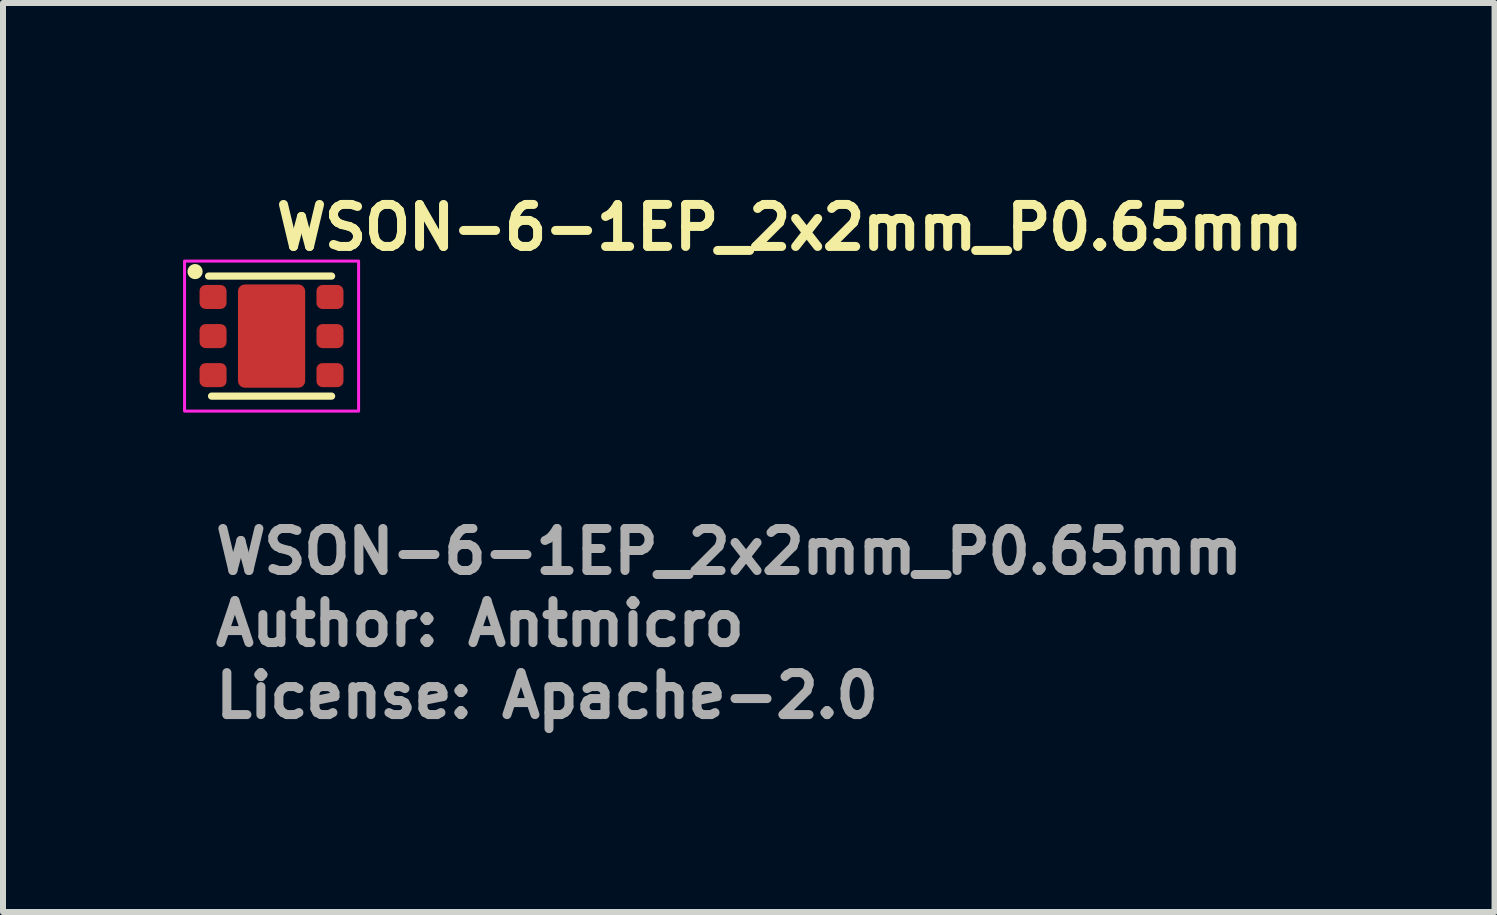
<source format=kicad_pcb>
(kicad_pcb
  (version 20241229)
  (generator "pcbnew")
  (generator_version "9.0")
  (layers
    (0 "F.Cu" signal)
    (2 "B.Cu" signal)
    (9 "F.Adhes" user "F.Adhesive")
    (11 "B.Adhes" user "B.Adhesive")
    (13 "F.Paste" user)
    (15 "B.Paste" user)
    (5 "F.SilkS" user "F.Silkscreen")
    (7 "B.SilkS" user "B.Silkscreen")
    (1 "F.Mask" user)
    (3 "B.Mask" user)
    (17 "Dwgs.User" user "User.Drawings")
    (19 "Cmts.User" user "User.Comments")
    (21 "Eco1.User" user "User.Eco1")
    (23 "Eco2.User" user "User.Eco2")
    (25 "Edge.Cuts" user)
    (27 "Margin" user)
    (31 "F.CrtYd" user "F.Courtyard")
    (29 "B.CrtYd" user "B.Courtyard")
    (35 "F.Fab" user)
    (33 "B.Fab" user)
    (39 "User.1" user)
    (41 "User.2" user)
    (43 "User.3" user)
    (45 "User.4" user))
  (footprint "WSON-6-1EP_2x2mm_P0.65mm"
    (layer "F.Cu")
    (at 1.475 2.55)
    (property "Reference" "WSON-6-1EP_2x2mm_P0.65mm" (at 0 -1.4 0) (layer "F.SilkS") (effects (font (size 0.7 0.7) (thickness 0.15)) (justify left bottom)))
    (attr smd)
    (fp_line (start -1 1) (end 1 1) (stroke (width 0.12) (type solid)) (layer "F.SilkS"))
    (fp_line (start 1 -1) (end -1.05 -1) (stroke (width 0.12) (type solid)) (layer "F.SilkS"))
    (fp_circle (center -1.275 -1.075) (end -1.224 -1.075) (stroke (width 0.15) (type solid)) (fill yes) (layer "F.SilkS"))
    (fp_rect (start -1.45 -1.25) (end 1.45 1.25) (stroke (width 0.05) (type solid)) (fill no) (layer "F.CrtYd"))
    (fp_rect (start -1.01 -1) (end 1.009 0.998) (stroke (width 0.1) (type solid)) (fill no) (layer "User.5"))
    (fp_line (start -1.009 -0.8) (end -1.009 -0.498) (stroke (width 0.02) (type solid)) (layer "User.9"))
    (fp_line (start -1.009 -0.498) (end -0.998 -0.498) (stroke (width 0.02) (type solid)) (layer "User.9"))
    (fp_line (start -1.009 -0.148) (end -1.009 0.15) (stroke (width 0.02) (type solid)) (layer "User.9"))
    (fp_line (start -1.009 0.15) (end -0.998 0.15) (stroke (width 0.02) (type solid)) (layer "User.9"))
    (fp_line (start -1.009 0.5) (end -1.009 0.802) (stroke (width 0.02) (type solid)) (layer "User.9"))
    (fp_line (start -1.009 0.802) (end -0.998 0.802) (stroke (width 0.02) (type solid)) (layer "User.9"))
    (fp_line (start -0.998 -0.998) (end -0.998 1) (stroke (width 0.02) (type solid)) (layer "User.9"))
    (fp_line (start -0.998 -0.8) (end -1.009 -0.8) (stroke (width 0.02) (type solid)) (layer "User.9"))
    (fp_line (start -0.998 -0.148) (end -1.009 -0.148) (stroke (width 0.02) (type solid)) (layer "User.9"))
    (fp_line (start -0.998 0.5) (end -1.009 0.5) (stroke (width 0.02) (type solid)) (layer "User.9"))
    (fp_line (start -0.998 1) (end 1 1) (stroke (width 0.02) (type solid)) (layer "User.9"))
    (fp_line (start -0.775 -0.65) (end -0.774 -0.658) (stroke (width 0.02) (type solid)) (layer "User.9"))
    (fp_line (start -0.774 -0.658) (end -0.773 -0.666) (stroke (width 0.02) (type solid)) (layer "User.9"))
    (fp_line (start -0.774 -0.641) (end -0.775 -0.65) (stroke (width 0.02) (type solid)) (layer "User.9"))
    (fp_line (start -0.773 -0.666) (end -0.772 -0.674) (stroke (width 0.02) (type solid)) (layer "User.9"))
    (fp_line (start -0.773 -0.632) (end -0.774 -0.641) (stroke (width 0.02) (type solid)) (layer "User.9"))
    (fp_line (start -0.772 -0.674) (end -0.77 -0.682) (stroke (width 0.02) (type solid)) (layer "User.9"))
    (fp_line (start -0.772 -0.624) (end -0.773 -0.632) (stroke (width 0.02) (type solid)) (layer "User.9"))
    (fp_line (start -0.77 -0.682) (end -0.768 -0.689) (stroke (width 0.02) (type solid)) (layer "User.9"))
    (fp_line (start -0.77 -0.616) (end -0.772 -0.624) (stroke (width 0.02) (type solid)) (layer "User.9"))
    (fp_line (start -0.768 -0.689) (end -0.764 -0.697) (stroke (width 0.02) (type solid)) (layer "User.9"))
    (fp_line (start -0.768 -0.609) (end -0.77 -0.616) (stroke (width 0.02) (type solid)) (layer "User.9"))
    (fp_line (start -0.764 -0.697) (end -0.761 -0.704) (stroke (width 0.02) (type solid)) (layer "User.9"))
    (fp_line (start -0.764 -0.601) (end -0.768 -0.609) (stroke (width 0.02) (type solid)) (layer "User.9"))
    (fp_line (start -0.761 -0.704) (end -0.757 -0.711) (stroke (width 0.02) (type solid)) (layer "User.9"))
    (fp_line (start -0.761 -0.593) (end -0.764 -0.601) (stroke (width 0.02) (type solid)) (layer "User.9"))
    (fp_line (start -0.757 -0.711) (end -0.757 -0.711) (stroke (width 0.02) (type solid)) (layer "User.9"))
    (fp_line (start -0.757 -0.711) (end -0.755 -0.715) (stroke (width 0.02) (type solid)) (layer "User.9"))
    (fp_line (start -0.757 -0.586) (end -0.761 -0.593) (stroke (width 0.02) (type solid)) (layer "User.9"))
    (fp_line (start -0.757 -0.586) (end -0.757 -0.586) (stroke (width 0.02) (type solid)) (layer "User.9"))
    (fp_line (start -0.755 -0.715) (end -0.752 -0.718) (stroke (width 0.02) (type solid)) (layer "User.9"))
    (fp_line (start -0.752 -0.718) (end -0.75 -0.721) (stroke (width 0.02) (type solid)) (layer "User.9"))
    (fp_line (start -0.752 -0.579) (end -0.757 -0.586) (stroke (width 0.02) (type solid)) (layer "User.9"))
    (fp_line (start -0.75 -0.721) (end -0.748 -0.725) (stroke (width 0.02) (type solid)) (layer "User.9"))
    (fp_line (start -0.748 -0.725) (end -0.745 -0.728) (stroke (width 0.02) (type solid)) (layer "User.9"))
    (fp_line (start -0.748 -0.573) (end -0.752 -0.579) (stroke (width 0.02) (type solid)) (layer "User.9"))
    (fp_line (start -0.745 -0.728) (end -0.742 -0.731) (stroke (width 0.02) (type solid)) (layer "User.9"))
    (fp_line (start -0.742 -0.731) (end -0.74 -0.734) (stroke (width 0.02) (type solid)) (layer "User.9"))
    (fp_line (start -0.742 -0.567) (end -0.748 -0.573) (stroke (width 0.02) (type solid)) (layer "User.9"))
    (fp_line (start -0.74 -0.734) (end -0.737 -0.737) (stroke (width 0.02) (type solid)) (layer "User.9"))
    (fp_line (start -0.737 -0.737) (end -0.734 -0.74) (stroke (width 0.02) (type solid)) (layer "User.9"))
    (fp_line (start -0.737 -0.561) (end -0.742 -0.567) (stroke (width 0.02) (type solid)) (layer "User.9"))
    (fp_line (start -0.734 -0.74) (end -0.731 -0.743) (stroke (width 0.02) (type solid)) (layer "User.9"))
    (fp_line (start -0.731 -0.743) (end -0.728 -0.745) (stroke (width 0.02) (type solid)) (layer "User.9"))
    (fp_line (start -0.731 -0.555) (end -0.737 -0.561) (stroke (width 0.02) (type solid)) (layer "User.9"))
    (fp_line (start -0.728 -0.745) (end -0.724 -0.748) (stroke (width 0.02) (type solid)) (layer "User.9"))
    (fp_line (start -0.724 -0.748) (end -0.721 -0.75) (stroke (width 0.02) (type solid)) (layer "User.9"))
    (fp_line (start -0.724 -0.55) (end -0.731 -0.555) (stroke (width 0.02) (type solid)) (layer "User.9"))
    (fp_line (start -0.721 -0.75) (end -0.718 -0.752) (stroke (width 0.02) (type solid)) (layer "User.9"))
    (fp_line (start -0.718 -0.752) (end -0.714 -0.755) (stroke (width 0.02) (type solid)) (layer "User.9"))
    (fp_line (start -0.718 -0.546) (end -0.724 -0.55) (stroke (width 0.02) (type solid)) (layer "User.9"))
    (fp_line (start -0.714 -0.755) (end -0.711 -0.757) (stroke (width 0.02) (type solid)) (layer "User.9"))
    (fp_line (start -0.711 -0.757) (end -0.707 -0.759) (stroke (width 0.02) (type solid)) (layer "User.9"))
    (fp_line (start -0.711 -0.541) (end -0.718 -0.546) (stroke (width 0.02) (type solid)) (layer "User.9"))
    (fp_line (start -0.707 -0.759) (end -0.704 -0.761) (stroke (width 0.02) (type solid)) (layer "User.9"))
    (fp_line (start -0.704 -0.761) (end -0.701 -0.762) (stroke (width 0.02) (type solid)) (layer "User.9"))
    (fp_line (start -0.704 -0.537) (end -0.711 -0.541) (stroke (width 0.02) (type solid)) (layer "User.9"))
    (fp_line (start -0.701 -0.762) (end -0.697 -0.764) (stroke (width 0.02) (type solid)) (layer "User.9"))
    (fp_line (start -0.697 -0.764) (end -0.694 -0.765) (stroke (width 0.02) (type solid)) (layer "User.9"))
    (fp_line (start -0.697 -0.534) (end -0.704 -0.537) (stroke (width 0.02) (type solid)) (layer "User.9"))
    (fp_line (start -0.694 -0.765) (end -0.69 -0.768) (stroke (width 0.02) (type solid)) (layer "User.9"))
    (fp_line (start -0.69 -0.768) (end -0.686 -0.769) (stroke (width 0.02) (type solid)) (layer "User.9"))
    (fp_line (start -0.69 -0.531) (end -0.697 -0.534) (stroke (width 0.02) (type solid)) (layer "User.9"))
    (fp_line (start -0.686 -0.769) (end -0.682 -0.77) (stroke (width 0.02) (type solid)) (layer "User.9"))
    (fp_line (start -0.682 -0.77) (end -0.678 -0.771) (stroke (width 0.02) (type solid)) (layer "User.9"))
    (fp_line (start -0.682 -0.529) (end -0.69 -0.531) (stroke (width 0.02) (type solid)) (layer "User.9"))
    (fp_line (start -0.678 -0.771) (end -0.674 -0.772) (stroke (width 0.02) (type solid)) (layer "User.9"))
    (fp_line (start -0.674 -0.772) (end -0.67 -0.773) (stroke (width 0.02) (type solid)) (layer "User.9"))
    (fp_line (start -0.674 -0.527) (end -0.682 -0.529) (stroke (width 0.02) (type solid)) (layer "User.9"))
    (fp_line (start -0.67 -0.773) (end -0.666 -0.773) (stroke (width 0.02) (type solid)) (layer "User.9"))
    (fp_line (start -0.666 -0.773) (end -0.662 -0.774) (stroke (width 0.02) (type solid)) (layer "User.9"))
    (fp_line (start -0.666 -0.526) (end -0.674 -0.527) (stroke (width 0.02) (type solid)) (layer "User.9"))
    (fp_line (start -0.662 -0.774) (end -0.658 -0.774) (stroke (width 0.02) (type solid)) (layer "User.9"))
    (fp_line (start -0.658 -0.774) (end -0.654 -0.774) (stroke (width 0.02) (type solid)) (layer "User.9"))
    (fp_line (start -0.658 -0.525) (end -0.666 -0.526) (stroke (width 0.02) (type solid)) (layer "User.9"))
    (fp_line (start -0.654 -0.774) (end -0.65 -0.775) (stroke (width 0.02) (type solid)) (layer "User.9"))
    (fp_line (start -0.65 -0.775) (end -0.641 -0.774) (stroke (width 0.02) (type solid)) (layer "User.9"))
    (fp_line (start -0.65 -0.525) (end -0.658 -0.525) (stroke (width 0.02) (type solid)) (layer "User.9"))
    (fp_line (start -0.645 -0.525) (end -0.65 -0.525) (stroke (width 0.02) (type solid)) (layer "User.9"))
    (fp_line (start -0.641 -0.774) (end -0.632 -0.773) (stroke (width 0.02) (type solid)) (layer "User.9"))
    (fp_line (start -0.641 -0.525) (end -0.645 -0.525) (stroke (width 0.02) (type solid)) (layer "User.9"))
    (fp_line (start -0.636 -0.525) (end -0.641 -0.525) (stroke (width 0.02) (type solid)) (layer "User.9"))
    (fp_line (start -0.632 -0.773) (end -0.624 -0.772) (stroke (width 0.02) (type solid)) (layer "User.9"))
    (fp_line (start -0.632 -0.526) (end -0.636 -0.525) (stroke (width 0.02) (type solid)) (layer "User.9"))
    (fp_line (start -0.628 -0.526) (end -0.632 -0.526) (stroke (width 0.02) (type solid)) (layer "User.9"))
    (fp_line (start -0.624 -0.772) (end -0.616 -0.77) (stroke (width 0.02) (type solid)) (layer "User.9"))
    (fp_line (start -0.624 -0.527) (end -0.628 -0.526) (stroke (width 0.02) (type solid)) (layer "User.9"))
    (fp_line (start -0.62 -0.528) (end -0.624 -0.527) (stroke (width 0.02) (type solid)) (layer "User.9"))
    (fp_line (start -0.616 -0.77) (end -0.608 -0.768) (stroke (width 0.02) (type solid)) (layer "User.9"))
    (fp_line (start -0.616 -0.529) (end -0.62 -0.528) (stroke (width 0.02) (type solid)) (layer "User.9"))
    (fp_line (start -0.612 -0.53) (end -0.616 -0.529) (stroke (width 0.02) (type solid)) (layer "User.9"))
    (fp_line (start -0.608 -0.768) (end -0.601 -0.764) (stroke (width 0.02) (type solid)) (layer "User.9"))
    (fp_line (start -0.608 -0.531) (end -0.612 -0.53) (stroke (width 0.02) (type solid)) (layer "User.9"))
    (fp_line (start -0.604 -0.533) (end -0.608 -0.531) (stroke (width 0.02) (type solid)) (layer "User.9"))
    (fp_line (start -0.601 -0.764) (end -0.593 -0.761) (stroke (width 0.02) (type solid)) (layer "User.9"))
    (fp_line (start -0.601 -0.534) (end -0.604 -0.533) (stroke (width 0.02) (type solid)) (layer "User.9"))
    (fp_line (start -0.597 -0.536) (end -0.601 -0.534) (stroke (width 0.02) (type solid)) (layer "User.9"))
    (fp_line (start -0.593 -0.761) (end -0.586 -0.757) (stroke (width 0.02) (type solid)) (layer "User.9"))
    (fp_line (start -0.593 -0.537) (end -0.597 -0.536) (stroke (width 0.02) (type solid)) (layer "User.9"))
    (fp_line (start -0.59 -0.539) (end -0.593 -0.537) (stroke (width 0.02) (type solid)) (layer "User.9"))
    (fp_line (start -0.586 -0.757) (end -0.579 -0.752) (stroke (width 0.02) (type solid)) (layer "User.9"))
    (fp_line (start -0.586 -0.541) (end -0.59 -0.539) (stroke (width 0.02) (type solid)) (layer "User.9"))
    (fp_line (start -0.583 -0.543) (end -0.586 -0.541) (stroke (width 0.02) (type solid)) (layer "User.9"))
    (fp_line (start -0.579 -0.752) (end -0.574 -0.748) (stroke (width 0.02) (type solid)) (layer "User.9"))
    (fp_line (start -0.579 -0.546) (end -0.583 -0.543) (stroke (width 0.02) (type solid)) (layer "User.9"))
    (fp_line (start -0.576 -0.548) (end -0.579 -0.546) (stroke (width 0.02) (type solid)) (layer "User.9"))
    (fp_line (start -0.574 -0.748) (end -0.567 -0.743) (stroke (width 0.02) (type solid)) (layer "User.9"))
    (fp_line (start -0.574 -0.55) (end -0.576 -0.548) (stroke (width 0.02) (type solid)) (layer "User.9"))
    (fp_line (start -0.57 -0.553) (end -0.574 -0.55) (stroke (width 0.02) (type solid)) (layer "User.9"))
    (fp_line (start -0.567 -0.743) (end -0.561 -0.737) (stroke (width 0.02) (type solid)) (layer "User.9"))
    (fp_line (start -0.567 -0.555) (end -0.57 -0.553) (stroke (width 0.02) (type solid)) (layer "User.9"))
    (fp_line (start -0.564 -0.558) (end -0.567 -0.555) (stroke (width 0.02) (type solid)) (layer "User.9"))
    (fp_line (start -0.561 -0.737) (end -0.556 -0.731) (stroke (width 0.02) (type solid)) (layer "User.9"))
    (fp_line (start -0.561 -0.561) (end -0.564 -0.558) (stroke (width 0.02) (type solid)) (layer "User.9"))
    (fp_line (start -0.558 -0.564) (end -0.561 -0.561) (stroke (width 0.02) (type solid)) (layer "User.9"))
    (fp_line (start -0.556 -0.731) (end -0.55 -0.725) (stroke (width 0.02) (type solid)) (layer "User.9"))
    (fp_line (start -0.556 -0.567) (end -0.558 -0.564) (stroke (width 0.02) (type solid)) (layer "User.9"))
    (fp_line (start -0.553 -0.57) (end -0.556 -0.567) (stroke (width 0.02) (type solid)) (layer "User.9"))
    (fp_line (start -0.55 -0.725) (end -0.546 -0.718) (stroke (width 0.02) (type solid)) (layer "User.9"))
    (fp_line (start -0.55 -0.573) (end -0.553 -0.57) (stroke (width 0.02) (type solid)) (layer "User.9"))
    (fp_line (start -0.548 -0.576) (end -0.55 -0.573) (stroke (width 0.02) (type solid)) (layer "User.9"))
    (fp_line (start -0.546 -0.718) (end -0.541 -0.711) (stroke (width 0.02) (type solid)) (layer "User.9"))
    (fp_line (start -0.546 -0.579) (end -0.548 -0.576) (stroke (width 0.02) (type solid)) (layer "User.9"))
    (fp_line (start -0.543 -0.582) (end -0.546 -0.579) (stroke (width 0.02) (type solid)) (layer "User.9"))
    (fp_line (start -0.541 -0.711) (end -0.541 -0.711) (stroke (width 0.02) (type solid)) (layer "User.9"))
    (fp_line (start -0.541 -0.711) (end -0.537 -0.704) (stroke (width 0.02) (type solid)) (layer "User.9"))
    (fp_line (start -0.541 -0.586) (end -0.543 -0.582) (stroke (width 0.02) (type solid)) (layer "User.9"))
    (fp_line (start -0.541 -0.586) (end -0.541 -0.586) (stroke (width 0.02) (type solid)) (layer "User.9"))
    (fp_line (start -0.537 -0.704) (end -0.534 -0.697) (stroke (width 0.02) (type solid)) (layer "User.9"))
    (fp_line (start -0.537 -0.593) (end -0.541 -0.586) (stroke (width 0.02) (type solid)) (layer "User.9"))
    (fp_line (start -0.534 -0.697) (end -0.531 -0.689) (stroke (width 0.02) (type solid)) (layer "User.9"))
    (fp_line (start -0.534 -0.601) (end -0.537 -0.593) (stroke (width 0.02) (type solid)) (layer "User.9"))
    (fp_line (start -0.531 -0.689) (end -0.529 -0.682) (stroke (width 0.02) (type solid)) (layer "User.9"))
    (fp_line (start -0.531 -0.609) (end -0.534 -0.601) (stroke (width 0.02) (type solid)) (layer "User.9"))
    (fp_line (start -0.529 -0.682) (end -0.527 -0.674) (stroke (width 0.02) (type solid)) (layer "User.9"))
    (fp_line (start -0.529 -0.616) (end -0.531 -0.609) (stroke (width 0.02) (type solid)) (layer "User.9"))
    (fp_line (start -0.527 -0.674) (end -0.526 -0.666) (stroke (width 0.02) (type solid)) (layer "User.9"))
    (fp_line (start -0.527 -0.624) (end -0.529 -0.616) (stroke (width 0.02) (type solid)) (layer "User.9"))
    (fp_line (start -0.526 -0.666) (end -0.525 -0.658) (stroke (width 0.02) (type solid)) (layer "User.9"))
    (fp_line (start -0.526 -0.632) (end -0.527 -0.624) (stroke (width 0.02) (type solid)) (layer "User.9"))
    (fp_line (start -0.525 -0.658) (end -0.525 -0.65) (stroke (width 0.02) (type solid)) (layer "User.9"))
    (fp_line (start -0.525 -0.65) (end -0.525 -0.641) (stroke (width 0.02) (type solid)) (layer "User.9"))
    (fp_line (start -0.525 -0.641) (end -0.526 -0.632) (stroke (width 0.02) (type solid)) (layer "User.9"))
    (fp_line (start 1 -0.998) (end -0.998 -0.998) (stroke (width 0.02) (type solid)) (layer "User.9"))
    (fp_line (start 1 -0.498) (end 1.01 -0.498) (stroke (width 0.02) (type solid)) (layer "User.9"))
    (fp_line (start 1 0.15) (end 1.01 0.15) (stroke (width 0.02) (type solid)) (layer "User.9"))
    (fp_line (start 1 0.802) (end 1.01 0.802) (stroke (width 0.02) (type solid)) (layer "User.9"))
    (fp_line (start 1 1) (end 1 -0.998) (stroke (width 0.02) (type solid)) (layer "User.9"))
    (fp_line (start 1.01 -0.8) (end 1 -0.8) (stroke (width 0.02) (type solid)) (layer "User.9"))
    (fp_line (start 1.01 -0.498) (end 1.01 -0.8) (stroke (width 0.02) (type solid)) (layer "User.9"))
    (fp_line (start 1.01 -0.148) (end 1 -0.148) (stroke (width 0.02) (type solid)) (layer "User.9"))
    (fp_line (start 1.01 0.15) (end 1.01 -0.148) (stroke (width 0.02) (type solid)) (layer "User.9"))
    (fp_line (start 1.01 0.5) (end 1 0.5) (stroke (width 0.02) (type solid)) (layer "User.9"))
    (fp_line (start 1.01 0.802) (end 1.01 0.5) (stroke (width 0.02) (type solid)) (layer "User.9"))
    (fp_text user "${REFERENCE}" (at -1.01 3.999 0) (layer "F.Fab") (effects (font (size 0.7 0.7) (thickness 0.15)) (justify left bottom)))
    (fp_text user "License: Apache-2.0" (at -1.01 6.4 0) (layer "F.Fab") (effects (font (size 0.7 0.7) (thickness 0.15)) (justify left bottom)))
    (fp_text user "Author: Antmicro" (at -1.01 5.2 0) (layer "F.Fab") (effects (font (size 0.7 0.7) (thickness 0.15)) (justify left bottom)))
    (pad "1" smd roundrect (at -0.975 -0.652) (size 0.45 0.4) (layers "F.Cu" "F.Mask" "F.Paste") (roundrect_rratio 0.25))
    (pad "2" smd roundrect (at -0.975 0) (size 0.45 0.4) (layers "F.Cu" "F.Mask" "F.Paste") (roundrect_rratio 0.25))
    (pad "3" smd roundrect (at -0.975 0.65) (size 0.45 0.4) (layers "F.Cu" "F.Mask" "F.Paste") (roundrect_rratio 0.25))
    (pad "4" smd roundrect (at 0.973 0.65) (size 0.45 0.4) (layers "F.Cu" "F.Mask" "F.Paste") (roundrect_rratio 0.25))
    (pad "5" smd roundrect (at 0.973 0) (size 0.45 0.4) (layers "F.Cu" "F.Mask" "F.Paste") (roundrect_rratio 0.25))
    (pad "6" smd roundrect (at 0.973 -0.652) (size 0.45 0.4) (layers "F.Cu" "F.Mask" "F.Paste") (roundrect_rratio 0.25))
    (pad "7" smd roundrect (at 0 0) (size 1.12 1.72) (layers "F.Cu" "F.Mask" "F.Paste") (roundrect_rratio 0.1)))
  (gr_rect
    (start -3 -3)
    (end 21.852 12.146)
    (stroke (width 0.1) (type default))
    (fill no)
    (layer "Edge.Cuts")))
</source>
